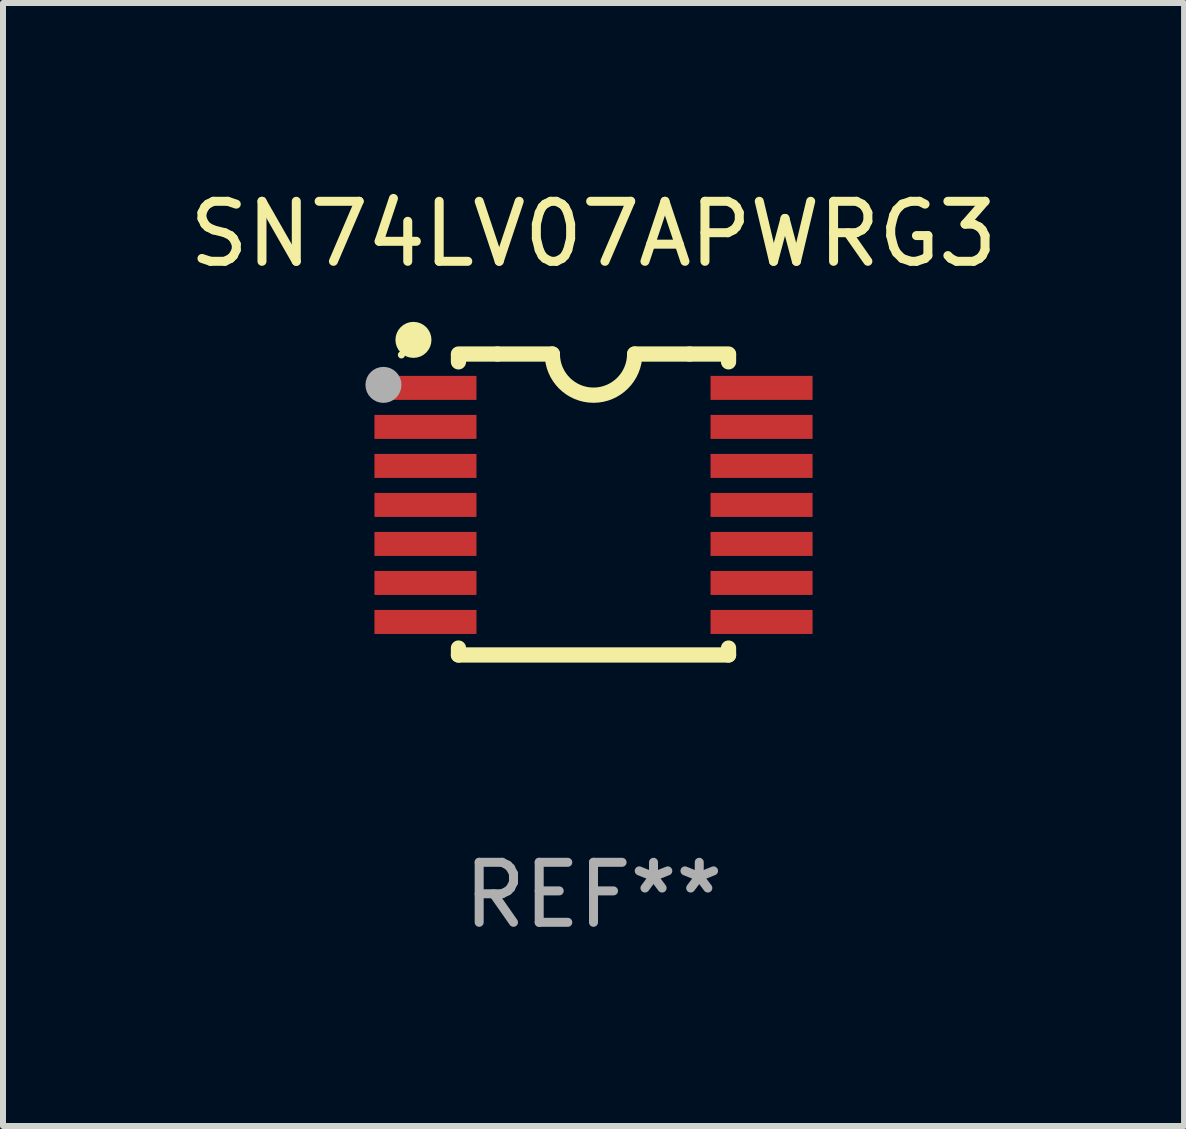
<source format=kicad_pcb>
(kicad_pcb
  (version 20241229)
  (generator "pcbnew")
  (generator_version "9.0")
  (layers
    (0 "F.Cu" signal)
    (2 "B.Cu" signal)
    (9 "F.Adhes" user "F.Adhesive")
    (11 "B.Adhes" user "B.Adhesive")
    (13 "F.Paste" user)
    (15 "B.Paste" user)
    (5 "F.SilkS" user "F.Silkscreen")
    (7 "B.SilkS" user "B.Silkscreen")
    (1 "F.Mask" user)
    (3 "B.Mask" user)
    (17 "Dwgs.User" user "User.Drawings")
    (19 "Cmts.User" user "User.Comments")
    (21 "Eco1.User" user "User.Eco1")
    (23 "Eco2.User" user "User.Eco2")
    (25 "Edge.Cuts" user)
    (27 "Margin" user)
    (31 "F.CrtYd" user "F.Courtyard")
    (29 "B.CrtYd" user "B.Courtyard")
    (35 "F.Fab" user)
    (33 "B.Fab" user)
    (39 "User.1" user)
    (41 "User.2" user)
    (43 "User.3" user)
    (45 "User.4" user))
  (footprint "SN74LV07APWRG3"
    (layer "F.Cu")
    (at 6.839 5.356)
    (property "Reference" "SN74LV07APWRG3" (at 0 -4.507 0) (layer "F.SilkS") (effects (font (size 1 1) (thickness 0.15))))
    (attr through_hole)
    (fp_line (start -2.25 -2.377) (end -2.25 -2.493) (stroke (width 0.254) (type solid)) (layer "F.SilkS"))
    (fp_line (start -2.25 2.507) (end -2.25 2.392) (stroke (width 0.254) (type solid)) (layer "F.SilkS"))
    (fp_line (start -1.6 -2.507) (end -2.25 -2.507) (stroke (width 0.254) (type solid)) (layer "F.SilkS"))
    (fp_line (start -1.6 -2.507) (end -0.686 -2.507) (stroke (width 0.254) (type solid)) (layer "F.SilkS"))
    (fp_line (start 0.686 -2.507) (end 1.6 -2.507) (stroke (width 0.254) (type solid)) (layer "F.SilkS"))
    (fp_line (start 1.6 -2.507) (end 2.25 -2.507) (stroke (width 0.254) (type solid)) (layer "F.SilkS"))
    (fp_line (start 2.25 -2.493) (end 2.25 -2.377) (stroke (width 0.254) (type solid)) (layer "F.SilkS"))
    (fp_line (start 2.25 2.392) (end 2.25 2.507) (stroke (width 0.254) (type solid)) (layer "F.SilkS"))
    (fp_line (start 2.25 2.507) (end -2.25 2.507) (stroke (width 0.254) (type solid)) (layer "F.SilkS"))
    (fp_arc (start 0.685852 -2.507303) (mid 0.000051 -1.821502) (end -0.68575 -2.507303) (stroke (width 0.254001) (type solid)) (layer "F.SilkS"))
    (fp_circle (center -3.2 -2.493) (end -3.17 -2.493) (stroke (width 0.06) (type solid)) (fill no) (layer "F.SilkS"))
    (fp_circle (center -3 -2.743) (end -2.85 -2.743) (stroke (width 0.3) (type solid)) (fill no) (layer "F.SilkS"))
    (fp_circle (center -3.5 -1.993) (end -3.35 -1.993) (stroke (width 0.3) (type solid)) (fill no) (layer "F.Fab"))
    (fp_text user "REF**" (at 0 6.507 0) (layer "F.Fab") (effects (font (size 1 1) (thickness 0.15))))
    (pad "1" smd rect (at -2.8 -1.943) (size 1.7 0.4) (layers "F.Cu" "F.Mask" "F.Paste"))
    (pad "2" smd rect (at -2.8 -1.293) (size 1.7 0.4) (layers "F.Cu" "F.Mask" "F.Paste"))
    (pad "3" smd rect (at -2.8 -0.643) (size 1.7 0.4) (layers "F.Cu" "F.Mask" "F.Paste"))
    (pad "4" smd rect (at -2.8 0.007) (size 1.7 0.4) (layers "F.Cu" "F.Mask" "F.Paste"))
    (pad "5" smd rect (at -2.8 0.657) (size 1.7 0.4) (layers "F.Cu" "F.Mask" "F.Paste"))
    (pad "6" smd rect (at -2.8 1.307) (size 1.7 0.4) (layers "F.Cu" "F.Mask" "F.Paste"))
    (pad "7" smd rect (at -2.8 1.957) (size 1.7 0.4) (layers "F.Cu" "F.Mask" "F.Paste"))
    (pad "8" smd rect (at 2.8 1.957) (size 1.7 0.4) (layers "F.Cu" "F.Mask" "F.Paste"))
    (pad "9" smd rect (at 2.8 1.307) (size 1.7 0.4) (layers "F.Cu" "F.Mask" "F.Paste"))
    (pad "10" smd rect (at 2.8 0.657) (size 1.7 0.4) (layers "F.Cu" "F.Mask" "F.Paste"))
    (pad "11" smd rect (at 2.8 0.007) (size 1.7 0.4) (layers "F.Cu" "F.Mask" "F.Paste"))
    (pad "12" smd rect (at 2.8 -0.643) (size 1.7 0.4) (layers "F.Cu" "F.Mask" "F.Paste"))
    (pad "13" smd rect (at 2.8 -1.293) (size 1.7 0.4) (layers "F.Cu" "F.Mask" "F.Paste"))
    (pad "14" smd rect (at 2.8 -1.943) (size 1.7 0.4) (layers "F.Cu" "F.Mask" "F.Paste")))
  (gr_rect
    (start -3 -3)
    (end 16.679 15.711)
    (stroke (width 0.1) (type default))
    (fill no)
    (layer "Edge.Cuts")))
</source>
